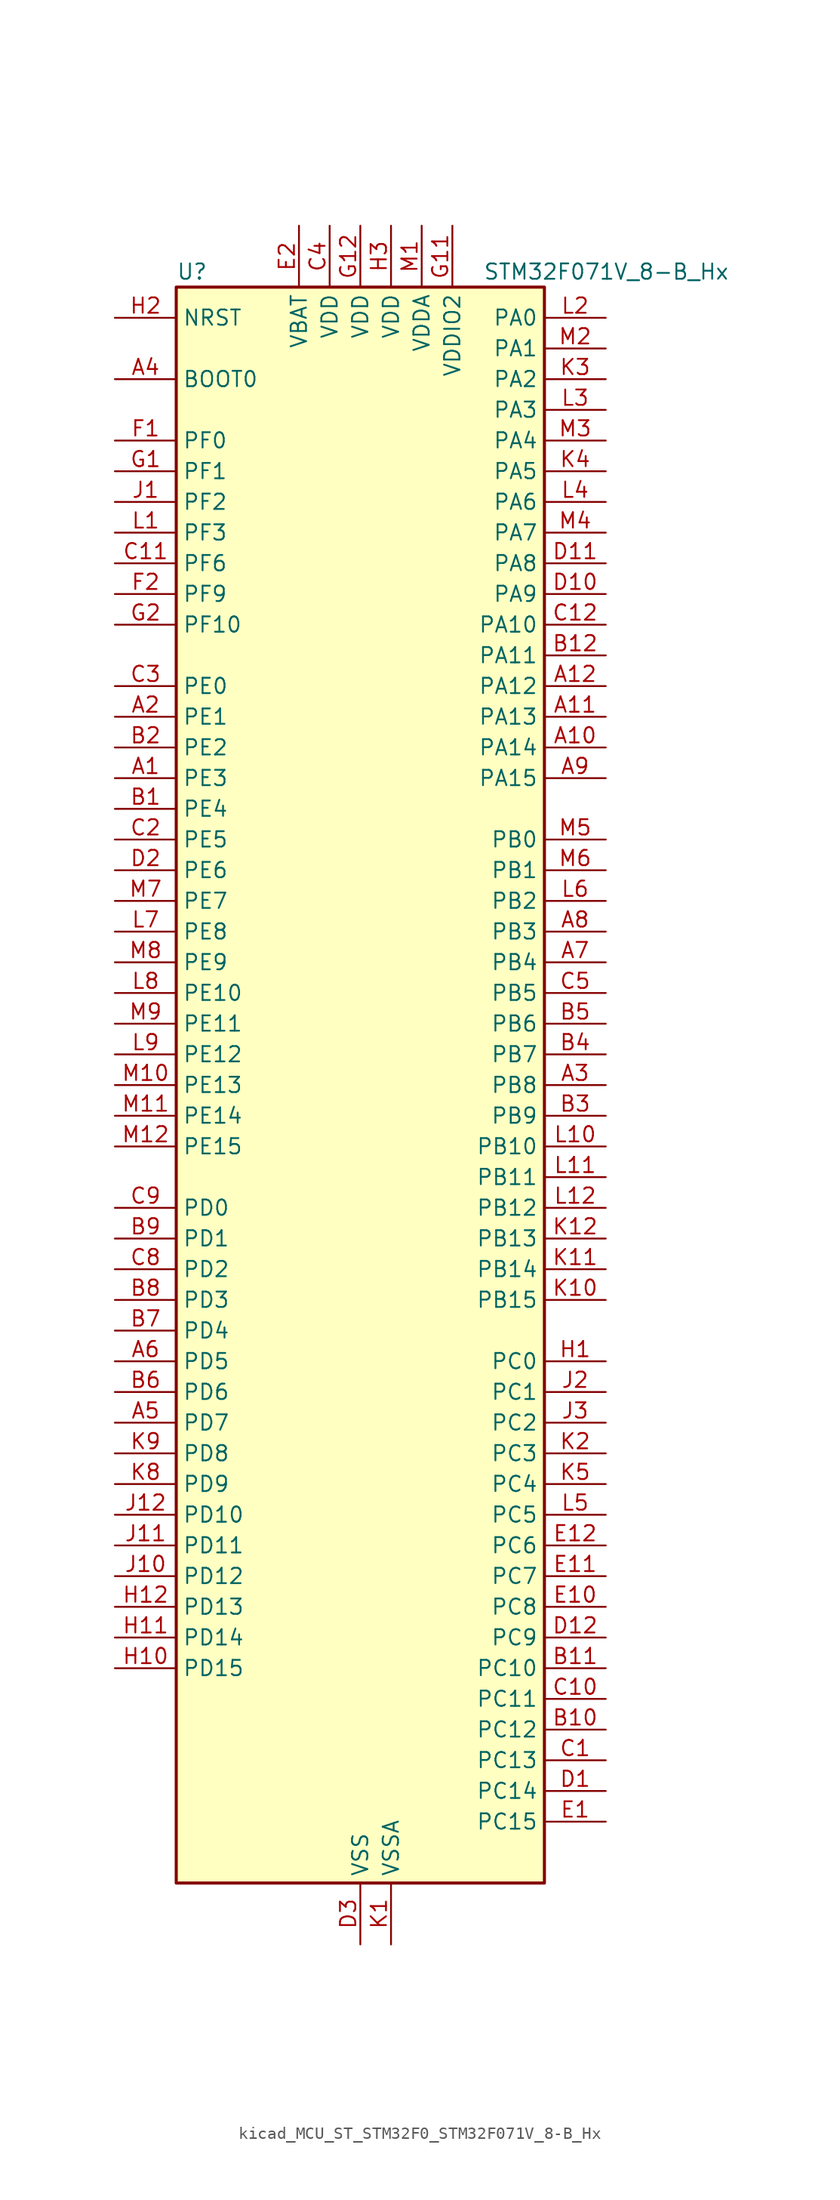
<source format=kicad_sym>
(kicad_symbol_lib
  (version 20220914)
  (generator kicad_symbol_editor)
  (symbol "kicad_MCU_ST_STM32F0_STM32F071V_8-B_Hx"
    (property "Reference" "U"
      (at -15.24 67.31 0)
      (effects (font (size 1.27 1.27)) (justify left)))
    (property "Value" "STM32F071V_8-B_Hx"
      (at 10.16 67.31 0)
      (effects (font (size 1.27 1.27)) (justify left)))
    (property "ki_locked" ""
      (at 0 0 0)
      (effects (font (size 1.27 1.27))))
    (symbol "kicad_MCU_ST_STM32F0_STM32F071V_8-B_Hx_0_1"
      (rectangle (start -15.24 -66.04) (end 15.24 66.04) (stroke (width 0.254) (type default)) (fill (type background))))
    (symbol "kicad_MCU_ST_STM32F0_STM32F071V_8-B_Hx_1_1"
      (pin bidirectional line (at -20.32 25.4 0) (length 5.08) (name "PE3" (effects (font (size 1.27 1.27)))) (number "A1" (effects (font (size 1.27 1.27)))) (alternate "TIM3_CH1" bidirectional line) (alternate "TSC_G7_IO2" bidirectional line))
      (pin bidirectional line (at 20.32 27.94 180) (length 5.08) (name "PA14" (effects (font (size 1.27 1.27)))) (number "A10" (effects (font (size 1.27 1.27)))) (alternate "SYS_SWCLK" bidirectional line) (alternate "USART2_TX" bidirectional line))
      (pin bidirectional line (at 20.32 30.48 180) (length 5.08) (name "PA13" (effects (font (size 1.27 1.27)))) (number "A11" (effects (font (size 1.27 1.27)))) (alternate "IR_OUT" bidirectional line) (alternate "SYS_SWDIO" bidirectional line))
      (pin bidirectional line (at 20.32 33.02 180) (length 5.08) (name "PA12" (effects (font (size 1.27 1.27)))) (number "A12" (effects (font (size 1.27 1.27)))) (alternate "COMP2_OUT" bidirectional line) (alternate "TIM1_ETR" bidirectional line) (alternate "TSC_G4_IO4" bidirectional line) (alternate "USART1_DE" bidirectional line) (alternate "USART1_RTS" bidirectional line))
      (pin bidirectional line (at -20.32 30.48 0) (length 5.08) (name "PE1" (effects (font (size 1.27 1.27)))) (number "A2" (effects (font (size 1.27 1.27)))) (alternate "TIM17_CH1" bidirectional line))
      (pin bidirectional line (at 20.32 0 180) (length 5.08) (name "PB8" (effects (font (size 1.27 1.27)))) (number "A3" (effects (font (size 1.27 1.27)))) (alternate "CEC" bidirectional line) (alternate "I2C1_SCL" bidirectional line) (alternate "TIM16_CH1" bidirectional line) (alternate "TSC_SYNC" bidirectional line))
      (pin input line (at -20.32 58.42 0) (length 5.08) (name "BOOT0" (effects (font (size 1.27 1.27)))) (number "A4" (effects (font (size 1.27 1.27)))))
      (pin bidirectional line (at -20.32 -27.94 0) (length 5.08) (name "PD7" (effects (font (size 1.27 1.27)))) (number "A5" (effects (font (size 1.27 1.27)))) (alternate "USART2_CK" bidirectional line))
      (pin bidirectional line (at -20.32 -22.86 0) (length 5.08) (name "PD5" (effects (font (size 1.27 1.27)))) (number "A6" (effects (font (size 1.27 1.27)))) (alternate "USART2_TX" bidirectional line))
      (pin bidirectional line (at 20.32 10.16 180) (length 5.08) (name "PB4" (effects (font (size 1.27 1.27)))) (number "A7" (effects (font (size 1.27 1.27)))) (alternate "I2S1_MCK" bidirectional line) (alternate "SPI1_MISO" bidirectional line) (alternate "TIM17_BKIN" bidirectional line) (alternate "TIM3_CH1" bidirectional line) (alternate "TSC_G5_IO2" bidirectional line))
      (pin bidirectional line (at 20.32 12.7 180) (length 5.08) (name "PB3" (effects (font (size 1.27 1.27)))) (number "A8" (effects (font (size 1.27 1.27)))) (alternate "I2S1_CK" bidirectional line) (alternate "SPI1_SCK" bidirectional line) (alternate "TIM2_CH2" bidirectional line) (alternate "TSC_G5_IO1" bidirectional line))
      (pin bidirectional line (at 20.32 25.4 180) (length 5.08) (name "PA15" (effects (font (size 1.27 1.27)))) (number "A9" (effects (font (size 1.27 1.27)))) (alternate "I2S1_WS" bidirectional line) (alternate "SPI1_NSS" bidirectional line) (alternate "TIM2_CH1" bidirectional line) (alternate "TIM2_ETR" bidirectional line) (alternate "USART2_RX" bidirectional line) (alternate "USART4_DE" bidirectional line) (alternate "USART4_RTS" bidirectional line))
      (pin bidirectional line (at -20.32 22.86 0) (length 5.08) (name "PE4" (effects (font (size 1.27 1.27)))) (number "B1" (effects (font (size 1.27 1.27)))) (alternate "TIM3_CH2" bidirectional line) (alternate "TSC_G7_IO3" bidirectional line))
      (pin bidirectional line (at 20.32 -53.34 180) (length 5.08) (name "PC12" (effects (font (size 1.27 1.27)))) (number "B10" (effects (font (size 1.27 1.27)))) (alternate "USART3_CK" bidirectional line) (alternate "USART4_CK" bidirectional line))
      (pin bidirectional line (at 20.32 -48.26 180) (length 5.08) (name "PC10" (effects (font (size 1.27 1.27)))) (number "B11" (effects (font (size 1.27 1.27)))) (alternate "USART3_TX" bidirectional line) (alternate "USART4_TX" bidirectional line))
      (pin bidirectional line (at 20.32 35.56 180) (length 5.08) (name "PA11" (effects (font (size 1.27 1.27)))) (number "B12" (effects (font (size 1.27 1.27)))) (alternate "COMP1_OUT" bidirectional line) (alternate "TIM1_CH4" bidirectional line) (alternate "TSC_G4_IO3" bidirectional line) (alternate "USART1_CTS" bidirectional line))
      (pin bidirectional line (at -20.32 27.94 0) (length 5.08) (name "PE2" (effects (font (size 1.27 1.27)))) (number "B2" (effects (font (size 1.27 1.27)))) (alternate "TIM3_ETR" bidirectional line) (alternate "TSC_G7_IO1" bidirectional line))
      (pin bidirectional line (at 20.32 -2.54 180) (length 5.08) (name "PB9" (effects (font (size 1.27 1.27)))) (number "B3" (effects (font (size 1.27 1.27)))) (alternate "DAC_EXTI9" bidirectional line) (alternate "I2C1_SDA" bidirectional line) (alternate "I2S2_WS" bidirectional line) (alternate "IR_OUT" bidirectional line) (alternate "SPI2_NSS" bidirectional line) (alternate "TIM17_CH1" bidirectional line))
      (pin bidirectional line (at 20.32 2.54 180) (length 5.08) (name "PB7" (effects (font (size 1.27 1.27)))) (number "B4" (effects (font (size 1.27 1.27)))) (alternate "I2C1_SDA" bidirectional line) (alternate "TIM17_CH1N" bidirectional line) (alternate "TSC_G5_IO4" bidirectional line) (alternate "USART1_RX" bidirectional line) (alternate "USART4_CTS" bidirectional line))
      (pin bidirectional line (at 20.32 5.08 180) (length 5.08) (name "PB6" (effects (font (size 1.27 1.27)))) (number "B5" (effects (font (size 1.27 1.27)))) (alternate "I2C1_SCL" bidirectional line) (alternate "TIM16_CH1N" bidirectional line) (alternate "TSC_G5_IO3" bidirectional line) (alternate "USART1_TX" bidirectional line))
      (pin bidirectional line (at -20.32 -25.4 0) (length 5.08) (name "PD6" (effects (font (size 1.27 1.27)))) (number "B6" (effects (font (size 1.27 1.27)))) (alternate "USART2_RX" bidirectional line))
      (pin bidirectional line (at -20.32 -20.32 0) (length 5.08) (name "PD4" (effects (font (size 1.27 1.27)))) (number "B7" (effects (font (size 1.27 1.27)))) (alternate "I2S2_SD" bidirectional line) (alternate "SPI2_MOSI" bidirectional line) (alternate "USART2_DE" bidirectional line) (alternate "USART2_RTS" bidirectional line))
      (pin bidirectional line (at -20.32 -17.78 0) (length 5.08) (name "PD3" (effects (font (size 1.27 1.27)))) (number "B8" (effects (font (size 1.27 1.27)))) (alternate "I2S2_MCK" bidirectional line) (alternate "SPI2_MISO" bidirectional line) (alternate "USART2_CTS" bidirectional line))
      (pin bidirectional line (at -20.32 -12.7 0) (length 5.08) (name "PD1" (effects (font (size 1.27 1.27)))) (number "B9" (effects (font (size 1.27 1.27)))) (alternate "I2S2_CK" bidirectional line) (alternate "SPI2_SCK" bidirectional line))
      (pin bidirectional line (at 20.32 -55.88 180) (length 5.08) (name "PC13" (effects (font (size 1.27 1.27)))) (number "C1" (effects (font (size 1.27 1.27)))) (alternate "RTC_OUT_ALARM" bidirectional line) (alternate "RTC_OUT_CALIB" bidirectional line) (alternate "RTC_TAMP1" bidirectional line) (alternate "RTC_TS" bidirectional line) (alternate "SYS_WKUP2" bidirectional line))
      (pin bidirectional line (at 20.32 -50.8 180) (length 5.08) (name "PC11" (effects (font (size 1.27 1.27)))) (number "C10" (effects (font (size 1.27 1.27)))) (alternate "USART3_RX" bidirectional line) (alternate "USART4_RX" bidirectional line))
      (pin bidirectional line (at -20.32 43.18 0) (length 5.08) (name "PF6" (effects (font (size 1.27 1.27)))) (number "C11" (effects (font (size 1.27 1.27)))))
      (pin bidirectional line (at 20.32 38.1 180) (length 5.08) (name "PA10" (effects (font (size 1.27 1.27)))) (number "C12" (effects (font (size 1.27 1.27)))) (alternate "TIM17_BKIN" bidirectional line) (alternate "TIM1_CH3" bidirectional line) (alternate "TSC_G4_IO2" bidirectional line) (alternate "USART1_RX" bidirectional line))
      (pin bidirectional line (at -20.32 20.32 0) (length 5.08) (name "PE5" (effects (font (size 1.27 1.27)))) (number "C2" (effects (font (size 1.27 1.27)))) (alternate "TIM3_CH3" bidirectional line) (alternate "TSC_G7_IO4" bidirectional line))
      (pin bidirectional line (at -20.32 33.02 0) (length 5.08) (name "PE0" (effects (font (size 1.27 1.27)))) (number "C3" (effects (font (size 1.27 1.27)))) (alternate "TIM16_CH1" bidirectional line))
      (pin power_in line (at -2.54 71.12 270) (length 5.08) (name "VDD" (effects (font (size 1.27 1.27)))) (number "C4" (effects (font (size 1.27 1.27)))))
      (pin bidirectional line (at 20.32 7.62 180) (length 5.08) (name "PB5" (effects (font (size 1.27 1.27)))) (number "C5" (effects (font (size 1.27 1.27)))) (alternate "I2C1_SMBA" bidirectional line) (alternate "I2S1_SD" bidirectional line) (alternate "SPI1_MOSI" bidirectional line) (alternate "SYS_WKUP6" bidirectional line) (alternate "TIM16_BKIN" bidirectional line) (alternate "TIM3_CH2" bidirectional line))
      (pin bidirectional line (at -20.32 -15.24 0) (length 5.08) (name "PD2" (effects (font (size 1.27 1.27)))) (number "C8" (effects (font (size 1.27 1.27)))) (alternate "TIM3_ETR" bidirectional line) (alternate "USART3_DE" bidirectional line) (alternate "USART3_RTS" bidirectional line))
      (pin bidirectional line (at -20.32 -10.16 0) (length 5.08) (name "PD0" (effects (font (size 1.27 1.27)))) (number "C9" (effects (font (size 1.27 1.27)))) (alternate "I2S2_WS" bidirectional line) (alternate "SPI2_NSS" bidirectional line))
      (pin bidirectional line (at 20.32 -58.42 180) (length 5.08) (name "PC14" (effects (font (size 1.27 1.27)))) (number "D1" (effects (font (size 1.27 1.27)))) (alternate "RCC_OSC32_IN" bidirectional line))
      (pin bidirectional line (at 20.32 40.64 180) (length 5.08) (name "PA9" (effects (font (size 1.27 1.27)))) (number "D10" (effects (font (size 1.27 1.27)))) (alternate "DAC_EXTI9" bidirectional line) (alternate "TIM15_BKIN" bidirectional line) (alternate "TIM1_CH2" bidirectional line) (alternate "TSC_G4_IO1" bidirectional line) (alternate "USART1_TX" bidirectional line))
      (pin bidirectional line (at 20.32 43.18 180) (length 5.08) (name "PA8" (effects (font (size 1.27 1.27)))) (number "D11" (effects (font (size 1.27 1.27)))) (alternate "CRS_SYNC" bidirectional line) (alternate "RCC_MCO" bidirectional line) (alternate "TIM1_CH1" bidirectional line) (alternate "USART1_CK" bidirectional line))
      (pin bidirectional line (at 20.32 -45.72 180) (length 5.08) (name "PC9" (effects (font (size 1.27 1.27)))) (number "D12" (effects (font (size 1.27 1.27)))) (alternate "DAC_EXTI9" bidirectional line) (alternate "TIM3_CH4" bidirectional line))
      (pin bidirectional line (at -20.32 17.78 0) (length 5.08) (name "PE6" (effects (font (size 1.27 1.27)))) (number "D2" (effects (font (size 1.27 1.27)))) (alternate "RTC_TAMP3" bidirectional line) (alternate "SYS_WKUP3" bidirectional line) (alternate "TIM3_CH4" bidirectional line))
      (pin power_in line (at 0 -71.12 90) (length 5.08) (name "VSS" (effects (font (size 1.27 1.27)))) (number "D3" (effects (font (size 1.27 1.27)))))
      (pin bidirectional line (at 20.32 -60.96 180) (length 5.08) (name "PC15" (effects (font (size 1.27 1.27)))) (number "E1" (effects (font (size 1.27 1.27)))) (alternate "RCC_OSC32_OUT" bidirectional line))
      (pin bidirectional line (at 20.32 -43.18 180) (length 5.08) (name "PC8" (effects (font (size 1.27 1.27)))) (number "E10" (effects (font (size 1.27 1.27)))) (alternate "TIM3_CH3" bidirectional line))
      (pin bidirectional line (at 20.32 -40.64 180) (length 5.08) (name "PC7" (effects (font (size 1.27 1.27)))) (number "E11" (effects (font (size 1.27 1.27)))) (alternate "TIM3_CH2" bidirectional line))
      (pin bidirectional line (at 20.32 -38.1 180) (length 5.08) (name "PC6" (effects (font (size 1.27 1.27)))) (number "E12" (effects (font (size 1.27 1.27)))) (alternate "TIM3_CH1" bidirectional line))
      (pin power_in line (at -5.08 71.12 270) (length 5.08) (name "VBAT" (effects (font (size 1.27 1.27)))) (number "E2" (effects (font (size 1.27 1.27)))))
      (pin no_connect line (at -15.24 -66.04 0) (length 5.08) hide (name "NC" (effects (font (size 1.27 1.27)))) (number "E3" (effects (font (size 1.27 1.27)))))
      (pin bidirectional line (at -20.32 53.34 0) (length 5.08) (name "PF0" (effects (font (size 1.27 1.27)))) (number "F1" (effects (font (size 1.27 1.27)))) (alternate "CRS_SYNC" bidirectional line) (alternate "RCC_OSC_IN" bidirectional line))
      (pin passive line (at 0 -71.12 90) (length 5.08) hide (name "VSS" (effects (font (size 1.27 1.27)))) (number "F11" (effects (font (size 1.27 1.27)))))
      (pin passive line (at 0 -71.12 90) (length 5.08) hide (name "VSS" (effects (font (size 1.27 1.27)))) (number "F12" (effects (font (size 1.27 1.27)))))
      (pin bidirectional line (at -20.32 40.64 0) (length 5.08) (name "PF9" (effects (font (size 1.27 1.27)))) (number "F2" (effects (font (size 1.27 1.27)))) (alternate "DAC_EXTI9" bidirectional line) (alternate "TIM15_CH1" bidirectional line))
      (pin bidirectional line (at -20.32 50.8 0) (length 5.08) (name "PF1" (effects (font (size 1.27 1.27)))) (number "G1" (effects (font (size 1.27 1.27)))) (alternate "RCC_OSC_OUT" bidirectional line))
      (pin power_in line (at 7.62 71.12 270) (length 5.08) (name "VDDIO2" (effects (font (size 1.27 1.27)))) (number "G11" (effects (font (size 1.27 1.27)))))
      (pin power_in line (at 0 71.12 270) (length 5.08) (name "VDD" (effects (font (size 1.27 1.27)))) (number "G12" (effects (font (size 1.27 1.27)))))
      (pin bidirectional line (at -20.32 38.1 0) (length 5.08) (name "PF10" (effects (font (size 1.27 1.27)))) (number "G2" (effects (font (size 1.27 1.27)))) (alternate "TIM15_CH2" bidirectional line))
      (pin bidirectional line (at 20.32 -22.86 180) (length 5.08) (name "PC0" (effects (font (size 1.27 1.27)))) (number "H1" (effects (font (size 1.27 1.27)))) (alternate "ADC_IN10" bidirectional line))
      (pin bidirectional line (at -20.32 -48.26 0) (length 5.08) (name "PD15" (effects (font (size 1.27 1.27)))) (number "H10" (effects (font (size 1.27 1.27)))) (alternate "CRS_SYNC" bidirectional line) (alternate "TSC_G8_IO4" bidirectional line))
      (pin bidirectional line (at -20.32 -45.72 0) (length 5.08) (name "PD14" (effects (font (size 1.27 1.27)))) (number "H11" (effects (font (size 1.27 1.27)))) (alternate "TSC_G8_IO3" bidirectional line))
      (pin bidirectional line (at -20.32 -43.18 0) (length 5.08) (name "PD13" (effects (font (size 1.27 1.27)))) (number "H12" (effects (font (size 1.27 1.27)))) (alternate "TSC_G8_IO2" bidirectional line))
      (pin input line (at -20.32 63.5 0) (length 5.08) (name "NRST" (effects (font (size 1.27 1.27)))) (number "H2" (effects (font (size 1.27 1.27)))))
      (pin power_in line (at 2.54 71.12 270) (length 5.08) (name "VDD" (effects (font (size 1.27 1.27)))) (number "H3" (effects (font (size 1.27 1.27)))))
      (pin bidirectional line (at -20.32 48.26 0) (length 5.08) (name "PF2" (effects (font (size 1.27 1.27)))) (number "J1" (effects (font (size 1.27 1.27)))) (alternate "SYS_WKUP8" bidirectional line))
      (pin bidirectional line (at -20.32 -40.64 0) (length 5.08) (name "PD12" (effects (font (size 1.27 1.27)))) (number "J10" (effects (font (size 1.27 1.27)))) (alternate "TSC_G8_IO1" bidirectional line) (alternate "USART3_DE" bidirectional line) (alternate "USART3_RTS" bidirectional line))
      (pin bidirectional line (at -20.32 -38.1 0) (length 5.08) (name "PD11" (effects (font (size 1.27 1.27)))) (number "J11" (effects (font (size 1.27 1.27)))) (alternate "USART3_CTS" bidirectional line))
      (pin bidirectional line (at -20.32 -35.56 0) (length 5.08) (name "PD10" (effects (font (size 1.27 1.27)))) (number "J12" (effects (font (size 1.27 1.27)))) (alternate "USART3_CK" bidirectional line))
      (pin bidirectional line (at 20.32 -25.4 180) (length 5.08) (name "PC1" (effects (font (size 1.27 1.27)))) (number "J2" (effects (font (size 1.27 1.27)))) (alternate "ADC_IN11" bidirectional line))
      (pin bidirectional line (at 20.32 -27.94 180) (length 5.08) (name "PC2" (effects (font (size 1.27 1.27)))) (number "J3" (effects (font (size 1.27 1.27)))) (alternate "ADC_IN12" bidirectional line) (alternate "I2S2_MCK" bidirectional line) (alternate "SPI2_MISO" bidirectional line))
      (pin power_in line (at 2.54 -71.12 90) (length 5.08) (name "VSSA" (effects (font (size 1.27 1.27)))) (number "K1" (effects (font (size 1.27 1.27)))))
      (pin bidirectional line (at 20.32 -17.78 180) (length 5.08) (name "PB15" (effects (font (size 1.27 1.27)))) (number "K10" (effects (font (size 1.27 1.27)))) (alternate "I2S2_SD" bidirectional line) (alternate "RTC_REFIN" bidirectional line) (alternate "SPI2_MOSI" bidirectional line) (alternate "SYS_WKUP7" bidirectional line) (alternate "TIM15_CH1N" bidirectional line) (alternate "TIM15_CH2" bidirectional line) (alternate "TIM1_CH3N" bidirectional line))
      (pin bidirectional line (at 20.32 -15.24 180) (length 5.08) (name "PB14" (effects (font (size 1.27 1.27)))) (number "K11" (effects (font (size 1.27 1.27)))) (alternate "I2C2_SDA" bidirectional line) (alternate "I2S2_MCK" bidirectional line) (alternate "SPI2_MISO" bidirectional line) (alternate "TIM15_CH1" bidirectional line) (alternate "TIM1_CH2N" bidirectional line) (alternate "TSC_G6_IO4" bidirectional line) (alternate "USART3_DE" bidirectional line) (alternate "USART3_RTS" bidirectional line))
      (pin bidirectional line (at 20.32 -12.7 180) (length 5.08) (name "PB13" (effects (font (size 1.27 1.27)))) (number "K12" (effects (font (size 1.27 1.27)))) (alternate "I2C2_SCL" bidirectional line) (alternate "I2S2_CK" bidirectional line) (alternate "SPI2_SCK" bidirectional line) (alternate "TIM1_CH1N" bidirectional line) (alternate "TSC_G6_IO3" bidirectional line) (alternate "USART3_CTS" bidirectional line))
      (pin bidirectional line (at 20.32 -30.48 180) (length 5.08) (name "PC3" (effects (font (size 1.27 1.27)))) (number "K2" (effects (font (size 1.27 1.27)))) (alternate "ADC_IN13" bidirectional line) (alternate "I2S2_SD" bidirectional line) (alternate "SPI2_MOSI" bidirectional line))
      (pin bidirectional line (at 20.32 58.42 180) (length 5.08) (name "PA2" (effects (font (size 1.27 1.27)))) (number "K3" (effects (font (size 1.27 1.27)))) (alternate "ADC_IN2" bidirectional line) (alternate "COMP2_INM" bidirectional line) (alternate "COMP2_OUT" bidirectional line) (alternate "SYS_WKUP4" bidirectional line) (alternate "TIM15_CH1" bidirectional line) (alternate "TIM2_CH3" bidirectional line) (alternate "TSC_G1_IO3" bidirectional line) (alternate "USART2_TX" bidirectional line))
      (pin bidirectional line (at 20.32 50.8 180) (length 5.08) (name "PA5" (effects (font (size 1.27 1.27)))) (number "K4" (effects (font (size 1.27 1.27)))) (alternate "ADC_IN5" bidirectional line) (alternate "CEC" bidirectional line) (alternate "COMP1_INM" bidirectional line) (alternate "COMP2_INM" bidirectional line) (alternate "DAC_OUT2" bidirectional line) (alternate "I2S1_CK" bidirectional line) (alternate "SPI1_SCK" bidirectional line) (alternate "TIM2_CH1" bidirectional line) (alternate "TIM2_ETR" bidirectional line) (alternate "TSC_G2_IO2" bidirectional line))
      (pin bidirectional line (at 20.32 -33.02 180) (length 5.08) (name "PC4" (effects (font (size 1.27 1.27)))) (number "K5" (effects (font (size 1.27 1.27)))) (alternate "ADC_IN14" bidirectional line) (alternate "USART3_TX" bidirectional line))
      (pin bidirectional line (at -20.32 -33.02 0) (length 5.08) (name "PD9" (effects (font (size 1.27 1.27)))) (number "K8" (effects (font (size 1.27 1.27)))) (alternate "DAC_EXTI9" bidirectional line) (alternate "USART3_RX" bidirectional line))
      (pin bidirectional line (at -20.32 -30.48 0) (length 5.08) (name "PD8" (effects (font (size 1.27 1.27)))) (number "K9" (effects (font (size 1.27 1.27)))) (alternate "USART3_TX" bidirectional line))
      (pin bidirectional line (at -20.32 45.72 0) (length 5.08) (name "PF3" (effects (font (size 1.27 1.27)))) (number "L1" (effects (font (size 1.27 1.27)))))
      (pin bidirectional line (at 20.32 -5.08 180) (length 5.08) (name "PB10" (effects (font (size 1.27 1.27)))) (number "L10" (effects (font (size 1.27 1.27)))) (alternate "CEC" bidirectional line) (alternate "I2C2_SCL" bidirectional line) (alternate "I2S2_CK" bidirectional line) (alternate "SPI2_SCK" bidirectional line) (alternate "TIM2_CH3" bidirectional line) (alternate "TSC_SYNC" bidirectional line) (alternate "USART3_TX" bidirectional line))
      (pin bidirectional line (at 20.32 -7.62 180) (length 5.08) (name "PB11" (effects (font (size 1.27 1.27)))) (number "L11" (effects (font (size 1.27 1.27)))) (alternate "I2C2_SDA" bidirectional line) (alternate "TIM2_CH4" bidirectional line) (alternate "TSC_G6_IO1" bidirectional line) (alternate "USART3_RX" bidirectional line))
      (pin bidirectional line (at 20.32 -10.16 180) (length 5.08) (name "PB12" (effects (font (size 1.27 1.27)))) (number "L12" (effects (font (size 1.27 1.27)))) (alternate "I2S2_WS" bidirectional line) (alternate "SPI2_NSS" bidirectional line) (alternate "TIM15_BKIN" bidirectional line) (alternate "TIM1_BKIN" bidirectional line) (alternate "TSC_G6_IO2" bidirectional line) (alternate "USART3_CK" bidirectional line))
      (pin bidirectional line (at 20.32 63.5 180) (length 5.08) (name "PA0" (effects (font (size 1.27 1.27)))) (number "L2" (effects (font (size 1.27 1.27)))) (alternate "ADC_IN0" bidirectional line) (alternate "COMP1_INM" bidirectional line) (alternate "COMP1_OUT" bidirectional line) (alternate "RTC_TAMP2" bidirectional line) (alternate "SYS_WKUP1" bidirectional line) (alternate "TIM2_CH1" bidirectional line) (alternate "TIM2_ETR" bidirectional line) (alternate "TSC_G1_IO1" bidirectional line) (alternate "USART2_CTS" bidirectional line) (alternate "USART4_TX" bidirectional line))
      (pin bidirectional line (at 20.32 55.88 180) (length 5.08) (name "PA3" (effects (font (size 1.27 1.27)))) (number "L3" (effects (font (size 1.27 1.27)))) (alternate "ADC_IN3" bidirectional line) (alternate "COMP2_INP" bidirectional line) (alternate "TIM15_CH2" bidirectional line) (alternate "TIM2_CH4" bidirectional line) (alternate "TSC_G1_IO4" bidirectional line) (alternate "USART2_RX" bidirectional line))
      (pin bidirectional line (at 20.32 48.26 180) (length 5.08) (name "PA6" (effects (font (size 1.27 1.27)))) (number "L4" (effects (font (size 1.27 1.27)))) (alternate "ADC_IN6" bidirectional line) (alternate "COMP1_OUT" bidirectional line) (alternate "I2S1_MCK" bidirectional line) (alternate "SPI1_MISO" bidirectional line) (alternate "TIM16_CH1" bidirectional line) (alternate "TIM1_BKIN" bidirectional line) (alternate "TIM3_CH1" bidirectional line) (alternate "TSC_G2_IO3" bidirectional line) (alternate "USART3_CTS" bidirectional line))
      (pin bidirectional line (at 20.32 -35.56 180) (length 5.08) (name "PC5" (effects (font (size 1.27 1.27)))) (number "L5" (effects (font (size 1.27 1.27)))) (alternate "ADC_IN15" bidirectional line) (alternate "SYS_WKUP5" bidirectional line) (alternate "TSC_G3_IO1" bidirectional line) (alternate "USART3_RX" bidirectional line))
      (pin bidirectional line (at 20.32 15.24 180) (length 5.08) (name "PB2" (effects (font (size 1.27 1.27)))) (number "L6" (effects (font (size 1.27 1.27)))) (alternate "TSC_G3_IO4" bidirectional line))
      (pin bidirectional line (at -20.32 12.7 0) (length 5.08) (name "PE8" (effects (font (size 1.27 1.27)))) (number "L7" (effects (font (size 1.27 1.27)))) (alternate "TIM1_CH1N" bidirectional line))
      (pin bidirectional line (at -20.32 7.62 0) (length 5.08) (name "PE10" (effects (font (size 1.27 1.27)))) (number "L8" (effects (font (size 1.27 1.27)))) (alternate "TIM1_CH2N" bidirectional line))
      (pin bidirectional line (at -20.32 2.54 0) (length 5.08) (name "PE12" (effects (font (size 1.27 1.27)))) (number "L9" (effects (font (size 1.27 1.27)))) (alternate "I2S1_WS" bidirectional line) (alternate "SPI1_NSS" bidirectional line) (alternate "TIM1_CH3N" bidirectional line))
      (pin power_in line (at 5.08 71.12 270) (length 5.08) (name "VDDA" (effects (font (size 1.27 1.27)))) (number "M1" (effects (font (size 1.27 1.27)))))
      (pin bidirectional line (at -20.32 0 0) (length 5.08) (name "PE13" (effects (font (size 1.27 1.27)))) (number "M10" (effects (font (size 1.27 1.27)))) (alternate "I2S1_CK" bidirectional line) (alternate "SPI1_SCK" bidirectional line) (alternate "TIM1_CH3" bidirectional line))
      (pin bidirectional line (at -20.32 -2.54 0) (length 5.08) (name "PE14" (effects (font (size 1.27 1.27)))) (number "M11" (effects (font (size 1.27 1.27)))) (alternate "I2S1_MCK" bidirectional line) (alternate "SPI1_MISO" bidirectional line) (alternate "TIM1_CH4" bidirectional line))
      (pin bidirectional line (at -20.32 -5.08 0) (length 5.08) (name "PE15" (effects (font (size 1.27 1.27)))) (number "M12" (effects (font (size 1.27 1.27)))) (alternate "I2S1_SD" bidirectional line) (alternate "SPI1_MOSI" bidirectional line) (alternate "TIM1_BKIN" bidirectional line))
      (pin bidirectional line (at 20.32 60.96 180) (length 5.08) (name "PA1" (effects (font (size 1.27 1.27)))) (number "M2" (effects (font (size 1.27 1.27)))) (alternate "ADC_IN1" bidirectional line) (alternate "COMP1_INP" bidirectional line) (alternate "TIM15_CH1N" bidirectional line) (alternate "TIM2_CH2" bidirectional line) (alternate "TSC_G1_IO2" bidirectional line) (alternate "USART2_DE" bidirectional line) (alternate "USART2_RTS" bidirectional line) (alternate "USART4_RX" bidirectional line))
      (pin bidirectional line (at 20.32 53.34 180) (length 5.08) (name "PA4" (effects (font (size 1.27 1.27)))) (number "M3" (effects (font (size 1.27 1.27)))) (alternate "ADC_IN4" bidirectional line) (alternate "COMP1_INM" bidirectional line) (alternate "COMP2_INM" bidirectional line) (alternate "DAC_OUT1" bidirectional line) (alternate "I2S1_WS" bidirectional line) (alternate "SPI1_NSS" bidirectional line) (alternate "TIM14_CH1" bidirectional line) (alternate "TSC_G2_IO1" bidirectional line) (alternate "USART2_CK" bidirectional line))
      (pin bidirectional line (at 20.32 45.72 180) (length 5.08) (name "PA7" (effects (font (size 1.27 1.27)))) (number "M4" (effects (font (size 1.27 1.27)))) (alternate "ADC_IN7" bidirectional line) (alternate "COMP2_OUT" bidirectional line) (alternate "I2S1_SD" bidirectional line) (alternate "SPI1_MOSI" bidirectional line) (alternate "TIM14_CH1" bidirectional line) (alternate "TIM17_CH1" bidirectional line) (alternate "TIM1_CH1N" bidirectional line) (alternate "TIM3_CH2" bidirectional line) (alternate "TSC_G2_IO4" bidirectional line))
      (pin bidirectional line (at 20.32 20.32 180) (length 5.08) (name "PB0" (effects (font (size 1.27 1.27)))) (number "M5" (effects (font (size 1.27 1.27)))) (alternate "ADC_IN8" bidirectional line) (alternate "TIM1_CH2N" bidirectional line) (alternate "TIM3_CH3" bidirectional line) (alternate "TSC_G3_IO2" bidirectional line) (alternate "USART3_CK" bidirectional line))
      (pin bidirectional line (at 20.32 17.78 180) (length 5.08) (name "PB1" (effects (font (size 1.27 1.27)))) (number "M6" (effects (font (size 1.27 1.27)))) (alternate "ADC_IN9" bidirectional line) (alternate "TIM14_CH1" bidirectional line) (alternate "TIM1_CH3N" bidirectional line) (alternate "TIM3_CH4" bidirectional line) (alternate "TSC_G3_IO3" bidirectional line) (alternate "USART3_DE" bidirectional line) (alternate "USART3_RTS" bidirectional line))
      (pin bidirectional line (at -20.32 15.24 0) (length 5.08) (name "PE7" (effects (font (size 1.27 1.27)))) (number "M7" (effects (font (size 1.27 1.27)))) (alternate "TIM1_ETR" bidirectional line))
      (pin bidirectional line (at -20.32 10.16 0) (length 5.08) (name "PE9" (effects (font (size 1.27 1.27)))) (number "M8" (effects (font (size 1.27 1.27)))) (alternate "DAC_EXTI9" bidirectional line) (alternate "TIM1_CH1" bidirectional line))
      (pin bidirectional line (at -20.32 5.08 0) (length 5.08) (name "PE11" (effects (font (size 1.27 1.27)))) (number "M9" (effects (font (size 1.27 1.27)))) (alternate "TIM1_CH2" bidirectional line)))))
</source>
